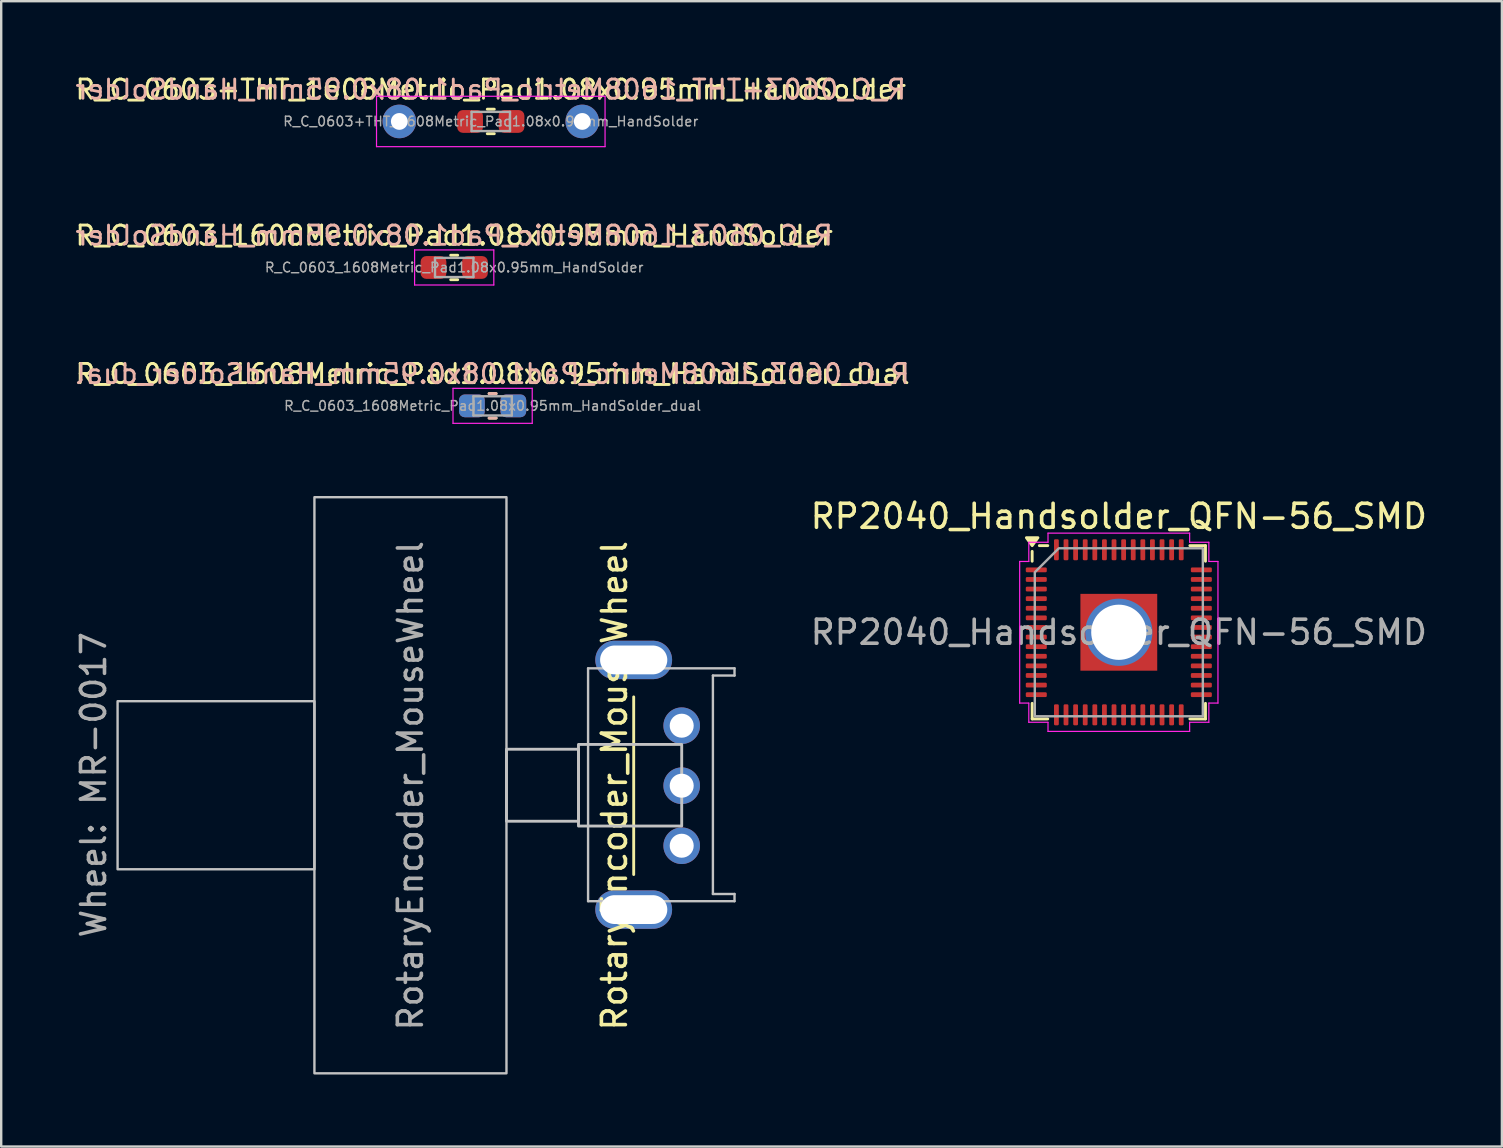
<source format=kicad_pcb>
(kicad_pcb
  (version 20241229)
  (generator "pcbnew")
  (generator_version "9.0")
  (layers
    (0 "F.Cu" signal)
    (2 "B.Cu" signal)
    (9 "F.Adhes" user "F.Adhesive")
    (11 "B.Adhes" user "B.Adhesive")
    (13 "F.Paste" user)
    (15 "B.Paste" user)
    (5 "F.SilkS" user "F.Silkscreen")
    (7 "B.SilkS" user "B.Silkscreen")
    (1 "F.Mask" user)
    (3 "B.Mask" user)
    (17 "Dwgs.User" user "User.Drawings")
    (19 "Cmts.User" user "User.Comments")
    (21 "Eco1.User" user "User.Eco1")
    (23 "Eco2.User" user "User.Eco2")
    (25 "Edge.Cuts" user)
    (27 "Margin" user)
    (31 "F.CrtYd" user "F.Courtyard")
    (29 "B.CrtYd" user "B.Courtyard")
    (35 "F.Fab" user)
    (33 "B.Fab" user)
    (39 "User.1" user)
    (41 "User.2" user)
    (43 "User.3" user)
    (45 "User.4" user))
  (footprint "RP2040_Handsolder_QFN-56_SMD"
    (layer "F.Cu")
    (at 43.557 23.289)
    (property "Reference" "RP2040_Handsolder_QFN-56_SMD" (at 0 -4.83 0) (layer "F.SilkS") (effects (font (size 1 1) (thickness 0.15))))
    (attr smd)
    (fp_line (start -3.61 -2.96) (end -3.61 -3.37) (stroke (width 0.12) (type solid)) (layer "F.SilkS"))
    (fp_line (start -3.61 3.61) (end -3.61 2.96) (stroke (width 0.12) (type solid)) (layer "F.SilkS"))
    (fp_line (start -2.96 -3.61) (end -3.31 -3.61) (stroke (width 0.12) (type solid)) (layer "F.SilkS"))
    (fp_line (start -2.96 3.61) (end -3.61 3.61) (stroke (width 0.12) (type solid)) (layer "F.SilkS"))
    (fp_line (start 2.96 -3.61) (end 3.61 -3.61) (stroke (width 0.12) (type solid)) (layer "F.SilkS"))
    (fp_line (start 2.96 3.61) (end 3.61 3.61) (stroke (width 0.12) (type solid)) (layer "F.SilkS"))
    (fp_line (start 3.61 -3.61) (end 3.61 -2.96) (stroke (width 0.12) (type solid)) (layer "F.SilkS"))
    (fp_line (start 3.61 3.61) (end 3.61 2.96) (stroke (width 0.12) (type solid)) (layer "F.SilkS"))
    (fp_poly (pts (xy -3.61 -3.61) (xy -3.85 -3.94) (xy -3.37 -3.94)) (stroke (width 0.12) (type solid)) (fill yes) (layer "F.SilkS"))
    (fp_line (start -4.13 -2.95) (end -3.75 -2.95) (stroke (width 0.05) (type solid)) (layer "F.CrtYd"))
    (fp_line (start -4.13 2.95) (end -4.13 -2.95) (stroke (width 0.05) (type solid)) (layer "F.CrtYd"))
    (fp_line (start -3.75 -3.75) (end -2.95 -3.75) (stroke (width 0.05) (type solid)) (layer "F.CrtYd"))
    (fp_line (start -3.75 -2.95) (end -3.75 -3.75) (stroke (width 0.05) (type solid)) (layer "F.CrtYd"))
    (fp_line (start -3.75 2.95) (end -4.13 2.95) (stroke (width 0.05) (type solid)) (layer "F.CrtYd"))
    (fp_line (start -3.75 3.75) (end -3.75 2.95) (stroke (width 0.05) (type solid)) (layer "F.CrtYd"))
    (fp_line (start -2.95 -4.13) (end 2.95 -4.13) (stroke (width 0.05) (type solid)) (layer "F.CrtYd"))
    (fp_line (start -2.95 -3.75) (end -2.95 -4.13) (stroke (width 0.05) (type solid)) (layer "F.CrtYd"))
    (fp_line (start -2.95 3.75) (end -3.75 3.75) (stroke (width 0.05) (type solid)) (layer "F.CrtYd"))
    (fp_line (start -2.95 4.13) (end -2.95 3.75) (stroke (width 0.05) (type solid)) (layer "F.CrtYd"))
    (fp_line (start 2.95 -4.13) (end 2.95 -3.75) (stroke (width 0.05) (type solid)) (layer "F.CrtYd"))
    (fp_line (start 2.95 -3.75) (end 3.75 -3.75) (stroke (width 0.05) (type solid)) (layer "F.CrtYd"))
    (fp_line (start 2.95 3.75) (end 2.95 4.13) (stroke (width 0.05) (type solid)) (layer "F.CrtYd"))
    (fp_line (start 2.95 4.13) (end -2.95 4.13) (stroke (width 0.05) (type solid)) (layer "F.CrtYd"))
    (fp_line (start 3.75 -3.75) (end 3.75 -2.95) (stroke (width 0.05) (type solid)) (layer "F.CrtYd"))
    (fp_line (start 3.75 -2.95) (end 4.13 -2.95) (stroke (width 0.05) (type solid)) (layer "F.CrtYd"))
    (fp_line (start 3.75 2.95) (end 3.75 3.75) (stroke (width 0.05) (type solid)) (layer "F.CrtYd"))
    (fp_line (start 3.75 3.75) (end 2.95 3.75) (stroke (width 0.05) (type solid)) (layer "F.CrtYd"))
    (fp_line (start 4.13 -2.95) (end 4.13 2.95) (stroke (width 0.05) (type solid)) (layer "F.CrtYd"))
    (fp_line (start 4.13 2.95) (end 3.75 2.95) (stroke (width 0.05) (type solid)) (layer "F.CrtYd"))
    (fp_poly (pts (xy -3.5 -2.5) (xy -3.5 3.5) (xy 3.5 3.5) (xy 3.5 -3.5) (xy -2.5 -3.5)) (stroke (width 0.1) (type solid)) (fill no) (layer "F.Fab"))
    (fp_text user "${REFERENCE}" (at 0 0 0) (layer "F.Fab") (effects (font (size 1 1) (thickness 0.15))))
    (pad "" smd roundrect (at -0.8 -0.8) (size 1.29 1.29) (layers "F.Paste") (roundrect_rratio 0.194))
    (pad "" smd roundrect (at -0.8 0.8) (size 1.29 1.29) (layers "F.Paste") (roundrect_rratio 0.194))
    (pad "" smd roundrect (at 0.8 -0.8) (size 1.29 1.29) (layers "F.Paste") (roundrect_rratio 0.194))
    (pad "" smd roundrect (at 0.8 0.8) (size 1.29 1.29) (layers "F.Paste") (roundrect_rratio 0.194))
    (pad "1" smd roundrect (at -3.438 -2.6) (size 0.875 0.2) (layers "F.Cu" "F.Mask" "F.Paste") (roundrect_rratio 0.25))
    (pad "2" smd roundrect (at -3.438 -2.2) (size 0.875 0.2) (layers "F.Cu" "F.Mask" "F.Paste") (roundrect_rratio 0.25))
    (pad "3" smd roundrect (at -3.438 -1.8) (size 0.875 0.2) (layers "F.Cu" "F.Mask" "F.Paste") (roundrect_rratio 0.25))
    (pad "4" smd roundrect (at -3.438 -1.4) (size 0.875 0.2) (layers "F.Cu" "F.Mask" "F.Paste") (roundrect_rratio 0.25))
    (pad "5" smd roundrect (at -3.438 -1) (size 0.875 0.2) (layers "F.Cu" "F.Mask" "F.Paste") (roundrect_rratio 0.25))
    (pad "6" smd roundrect (at -3.438 -0.6) (size 0.875 0.2) (layers "F.Cu" "F.Mask" "F.Paste") (roundrect_rratio 0.25))
    (pad "7" smd roundrect (at -3.438 -0.2) (size 0.875 0.2) (layers "F.Cu" "F.Mask" "F.Paste") (roundrect_rratio 0.25))
    (pad "8" smd roundrect (at -3.438 0.2) (size 0.875 0.2) (layers "F.Cu" "F.Mask" "F.Paste") (roundrect_rratio 0.25))
    (pad "9" smd roundrect (at -3.438 0.6) (size 0.875 0.2) (layers "F.Cu" "F.Mask" "F.Paste") (roundrect_rratio 0.25))
    (pad "10" smd roundrect (at -3.438 1) (size 0.875 0.2) (layers "F.Cu" "F.Mask" "F.Paste") (roundrect_rratio 0.25))
    (pad "11" smd roundrect (at -3.438 1.4) (size 0.875 0.2) (layers "F.Cu" "F.Mask" "F.Paste") (roundrect_rratio 0.25))
    (pad "12" smd roundrect (at -3.438 1.8) (size 0.875 0.2) (layers "F.Cu" "F.Mask" "F.Paste") (roundrect_rratio 0.25))
    (pad "13" smd roundrect (at -3.438 2.2) (size 0.875 0.2) (layers "F.Cu" "F.Mask" "F.Paste") (roundrect_rratio 0.25))
    (pad "14" smd roundrect (at -3.438 2.6) (size 0.875 0.2) (layers "F.Cu" "F.Mask" "F.Paste") (roundrect_rratio 0.25))
    (pad "15" smd roundrect (at -2.6 3.438) (size 0.2 0.875) (layers "F.Cu" "F.Mask" "F.Paste") (roundrect_rratio 0.25))
    (pad "16" smd roundrect (at -2.2 3.438) (size 0.2 0.875) (layers "F.Cu" "F.Mask" "F.Paste") (roundrect_rratio 0.25))
    (pad "17" smd roundrect (at -1.8 3.438) (size 0.2 0.875) (layers "F.Cu" "F.Mask" "F.Paste") (roundrect_rratio 0.25))
    (pad "18" smd roundrect (at -1.4 3.438) (size 0.2 0.875) (layers "F.Cu" "F.Mask" "F.Paste") (roundrect_rratio 0.25))
    (pad "19" smd roundrect (at -1 3.438) (size 0.2 0.875) (layers "F.Cu" "F.Mask" "F.Paste") (roundrect_rratio 0.25))
    (pad "20" smd roundrect (at -0.6 3.438) (size 0.2 0.875) (layers "F.Cu" "F.Mask" "F.Paste") (roundrect_rratio 0.25))
    (pad "21" smd roundrect (at -0.2 3.438) (size 0.2 0.875) (layers "F.Cu" "F.Mask" "F.Paste") (roundrect_rratio 0.25))
    (pad "22" smd roundrect (at 0.2 3.438) (size 0.2 0.875) (layers "F.Cu" "F.Mask" "F.Paste") (roundrect_rratio 0.25))
    (pad "23" smd roundrect (at 0.6 3.438) (size 0.2 0.875) (layers "F.Cu" "F.Mask" "F.Paste") (roundrect_rratio 0.25))
    (pad "24" smd roundrect (at 1 3.438) (size 0.2 0.875) (layers "F.Cu" "F.Mask" "F.Paste") (roundrect_rratio 0.25))
    (pad "25" smd roundrect (at 1.4 3.438) (size 0.2 0.875) (layers "F.Cu" "F.Mask" "F.Paste") (roundrect_rratio 0.25))
    (pad "26" smd roundrect (at 1.8 3.438) (size 0.2 0.875) (layers "F.Cu" "F.Mask" "F.Paste") (roundrect_rratio 0.25))
    (pad "27" smd roundrect (at 2.2 3.438) (size 0.2 0.875) (layers "F.Cu" "F.Mask" "F.Paste") (roundrect_rratio 0.25))
    (pad "28" smd roundrect (at 2.6 3.438) (size 0.2 0.875) (layers "F.Cu" "F.Mask" "F.Paste") (roundrect_rratio 0.25))
    (pad "29" smd roundrect (at 3.438 2.6) (size 0.875 0.2) (layers "F.Cu" "F.Mask" "F.Paste") (roundrect_rratio 0.25))
    (pad "30" smd roundrect (at 3.438 2.2) (size 0.875 0.2) (layers "F.Cu" "F.Mask" "F.Paste") (roundrect_rratio 0.25))
    (pad "31" smd roundrect (at 3.438 1.8) (size 0.875 0.2) (layers "F.Cu" "F.Mask" "F.Paste") (roundrect_rratio 0.25))
    (pad "32" smd roundrect (at 3.438 1.4) (size 0.875 0.2) (layers "F.Cu" "F.Mask" "F.Paste") (roundrect_rratio 0.25))
    (pad "33" smd roundrect (at 3.438 1) (size 0.875 0.2) (layers "F.Cu" "F.Mask" "F.Paste") (roundrect_rratio 0.25))
    (pad "34" smd roundrect (at 3.438 0.6) (size 0.875 0.2) (layers "F.Cu" "F.Mask" "F.Paste") (roundrect_rratio 0.25))
    (pad "35" smd roundrect (at 3.438 0.2) (size 0.875 0.2) (layers "F.Cu" "F.Mask" "F.Paste") (roundrect_rratio 0.25))
    (pad "36" smd roundrect (at 3.438 -0.2) (size 0.875 0.2) (layers "F.Cu" "F.Mask" "F.Paste") (roundrect_rratio 0.25))
    (pad "37" smd roundrect (at 3.438 -0.6) (size 0.875 0.2) (layers "F.Cu" "F.Mask" "F.Paste") (roundrect_rratio 0.25))
    (pad "38" smd roundrect (at 3.438 -1) (size 0.875 0.2) (layers "F.Cu" "F.Mask" "F.Paste") (roundrect_rratio 0.25))
    (pad "39" smd roundrect (at 3.438 -1.4) (size 0.875 0.2) (layers "F.Cu" "F.Mask" "F.Paste") (roundrect_rratio 0.25))
    (pad "40" smd roundrect (at 3.438 -1.8) (size 0.875 0.2) (layers "F.Cu" "F.Mask" "F.Paste") (roundrect_rratio 0.25))
    (pad "41" smd roundrect (at 3.438 -2.2) (size 0.875 0.2) (layers "F.Cu" "F.Mask" "F.Paste") (roundrect_rratio 0.25))
    (pad "42" smd roundrect (at 3.438 -2.6) (size 0.875 0.2) (layers "F.Cu" "F.Mask" "F.Paste") (roundrect_rratio 0.25))
    (pad "43" smd roundrect (at 2.6 -3.438) (size 0.2 0.875) (layers "F.Cu" "F.Mask" "F.Paste") (roundrect_rratio 0.25))
    (pad "44" smd roundrect (at 2.2 -3.438) (size 0.2 0.875) (layers "F.Cu" "F.Mask" "F.Paste") (roundrect_rratio 0.25))
    (pad "45" smd roundrect (at 1.8 -3.438) (size 0.2 0.875) (layers "F.Cu" "F.Mask" "F.Paste") (roundrect_rratio 0.25))
    (pad "46" smd roundrect (at 1.4 -3.438) (size 0.2 0.875) (layers "F.Cu" "F.Mask" "F.Paste") (roundrect_rratio 0.25))
    (pad "47" smd roundrect (at 1 -3.438) (size 0.2 0.875) (layers "F.Cu" "F.Mask" "F.Paste") (roundrect_rratio 0.25))
    (pad "48" smd roundrect (at 0.6 -3.438) (size 0.2 0.875) (layers "F.Cu" "F.Mask" "F.Paste") (roundrect_rratio 0.25))
    (pad "49" smd roundrect (at 0.2 -3.438) (size 0.2 0.875) (layers "F.Cu" "F.Mask" "F.Paste") (roundrect_rratio 0.25))
    (pad "50" smd roundrect (at -0.2 -3.438) (size 0.2 0.875) (layers "F.Cu" "F.Mask" "F.Paste") (roundrect_rratio 0.25))
    (pad "51" smd roundrect (at -0.6 -3.438) (size 0.2 0.875) (layers "F.Cu" "F.Mask" "F.Paste") (roundrect_rratio 0.25))
    (pad "52" smd roundrect (at -1 -3.438) (size 0.2 0.875) (layers "F.Cu" "F.Mask" "F.Paste") (roundrect_rratio 0.25))
    (pad "53" smd roundrect (at -1.4 -3.438) (size 0.2 0.875) (layers "F.Cu" "F.Mask" "F.Paste") (roundrect_rratio 0.25))
    (pad "54" smd roundrect (at -1.8 -3.438) (size 0.2 0.875) (layers "F.Cu" "F.Mask" "F.Paste") (roundrect_rratio 0.25))
    (pad "55" smd roundrect (at -2.2 -3.438) (size 0.2 0.875) (layers "F.Cu" "F.Mask" "F.Paste") (roundrect_rratio 0.25))
    (pad "56" smd roundrect (at -2.6 -3.438) (size 0.2 0.875) (layers "F.Cu" "F.Mask" "F.Paste") (roundrect_rratio 0.25))
    (pad "57" thru_hole circle (at 0 0) (size 2.8 2.8) (drill 2.3) (layers "*.Cu" "F.Mask"))
    (pad "57" smd rect (at 0 0) (size 3.2 3.2) (property pad_prop_heatsink) (layers "F.Cu" "F.Mask")))
  (footprint "R_C_0603_1608Metric_Pad1.08x0.95mm_HandSolder_dual"
    (layer "F.Cu")
    (at 17.471 13.856)
    (property "Reference" "R_C_0603_1608Metric_Pad1.08x0.95mm_HandSolder_dual" (at 0 -1.33 0) (layer "F.SilkS") (effects (font (size 0.8 0.8) (thickness 0.12))))
    (property "REF" "${REFERENCE}" (at 0 -1.33 0) (layer "B.SilkS") (effects (font (size 0.8 0.8) (thickness 0.12)) (justify mirror)))
    (attr smd)
    (fp_line (start -0.146 -0.51) (end 0.146 -0.51) (stroke (width 0.12) (type solid)) (layer "F.SilkS"))
    (fp_line (start -0.146 0.51) (end 0.146 0.51) (stroke (width 0.12) (type solid)) (layer "F.SilkS"))
    (fp_line (start -0.146 -0.51) (end 0.146 -0.51) (stroke (width 0.12) (type solid)) (layer "B.SilkS"))
    (fp_line (start -0.146 0.51) (end 0.146 0.51) (stroke (width 0.12) (type solid)) (layer "B.SilkS"))
    (fp_line (start -1.65 -0.73) (end 1.65 -0.73) (stroke (width 0.05) (type solid)) (layer "F.CrtYd"))
    (fp_line (start -1.65 0.73) (end -1.65 -0.73) (stroke (width 0.05) (type solid)) (layer "F.CrtYd"))
    (fp_line (start 1.65 -0.73) (end 1.65 0.73) (stroke (width 0.05) (type solid)) (layer "F.CrtYd"))
    (fp_line (start 1.65 0.73) (end -1.65 0.73) (stroke (width 0.05) (type solid)) (layer "F.CrtYd"))
    (fp_line (start -0.8 -0.4) (end 0.8 -0.4) (stroke (width 0.1) (type solid)) (layer "F.Fab"))
    (fp_line (start -0.8 0.4) (end -0.8 -0.4) (stroke (width 0.1) (type solid)) (layer "F.Fab"))
    (fp_line (start 0.8 -0.4) (end 0.8 0.4) (stroke (width 0.1) (type solid)) (layer "F.Fab"))
    (fp_line (start 0.8 0.4) (end -0.8 0.4) (stroke (width 0.1) (type solid)) (layer "F.Fab"))
    (fp_text user "${REFERENCE}" (at 0 0 0) (layer "F.Fab") (effects (font (size 0.4 0.4) (thickness 0.06))))
    (pad "1" smd roundrect (at -0.863 0) (size 1.075 0.95) (layers "F.Cu" "F.Mask" "F.Paste") (roundrect_rratio 0.25))
    (pad "1" smd roundrect (at -0.863 0 180) (size 1.075 0.95) (layers "B.Cu" "B.Mask" "B.Paste") (roundrect_rratio 0.25))
    (pad "2" smd roundrect (at 0.863 0) (size 1.075 0.95) (layers "F.Cu" "F.Mask" "F.Paste") (roundrect_rratio 0.25))
    (pad "2" smd roundrect (at 0.863 0 180) (size 1.075 0.95) (layers "B.Cu" "B.Mask" "B.Paste") (roundrect_rratio 0.25)))
  (footprint "RotaryEncoder_MouseWheel"
    (layer "F.Cu")
    (at 25.348 29.641)
    (property "Reference" "RotaryEncoder_MouseWheel" (at -2.8 0.04 270) (layer "F.SilkS") (effects (font (size 1 1) (thickness 0.15))))
    (attr through_hole)
    (fp_line (start -2 3.74) (end -2 -3.66) (stroke (width 0.12) (type solid)) (layer "F.SilkS"))
    (fp_line (start -3.9 -4.85) (end 2.2 -4.85) (stroke (width 0.1) (type solid)) (layer "Dwgs.User"))
    (fp_line (start -3.9 4.85) (end -3.9 -4.85) (stroke (width 0.1) (type solid)) (layer "Dwgs.User"))
    (fp_line (start 1.3 4.55) (end 1.3 -4.55) (stroke (width 0.1) (type solid)) (layer "Dwgs.User"))
    (fp_line (start 2.2 -4.85) (end 2.2 -4.55) (stroke (width 0.1) (type default)) (layer "Dwgs.User"))
    (fp_line (start 2.2 -4.55) (end 1.3 -4.55) (stroke (width 0.1) (type default)) (layer "Dwgs.User"))
    (fp_line (start 2.2 4.55) (end 1.3 4.55) (stroke (width 0.1) (type default)) (layer "Dwgs.User"))
    (fp_line (start 2.2 4.85) (end -3.9 4.85) (stroke (width 0.1) (type solid)) (layer "Dwgs.User"))
    (fp_line (start 2.2 4.85) (end 2.2 4.55) (stroke (width 0.1) (type default)) (layer "Dwgs.User"))
    (fp_rect (start -15.3 -3.48) (end -23.5 3.52) (stroke (width 0.1) (type solid)) (fill no) (layer "Dwgs.User"))
    (fp_rect (start -7.3 -11.98) (end -15.3 12.02) (stroke (width 0.1) (type solid)) (fill no) (layer "Dwgs.User"))
    (fp_rect (start -4.3 -1.48) (end -7.3 1.52) (stroke (width 0.12) (type default)) (fill no) (layer "Dwgs.User"))
    (fp_rect (start 0 -1.68) (end -4.3 1.72) (stroke (width 0.12) (type default)) (fill no) (layer "Dwgs.User"))
    (fp_text user "Wheel: MR-0017" (at -24.5 0 270) (layer "F.Fab") (effects (font (size 1 1) (thickness 0.15))))
    (fp_text user "${REFERENCE}" (at -11.3 0.04 90) (layer "F.Fab") (effects (font (size 1 1) (thickness 0.15))))
    (pad "" np_thru_hole oval (at -2 -5.2 180) (size 3.2 1.6) (drill oval 2.8 1.2) (layers "*.Cu" "*.Mask"))
    (pad "" np_thru_hole oval (at -2 5.2 180) (size 3.2 1.6) (drill oval 2.8 1.2) (layers "*.Cu" "*.Mask"))
    (pad "A" thru_hole circle (at 0 -2.46 90) (size 1.524 1.524) (drill 1) (layers "*.Cu" "*.Mask"))
    (pad "B" thru_hole circle (at 0 2.54 90) (size 1.524 1.524) (drill 1) (layers "*.Cu" "*.Mask"))
    (pad "C" thru_hole circle (at 0 0.04 90) (size 1.524 1.524) (drill 1) (layers "*.Cu" "*.Mask")))
  (footprint "R_C_0603_1608Metric_Pad1.08x0.95mm_HandSolder"
    (layer "F.Cu")
    (at 15.871 8.092)
    (property "Reference" "R_C_0603_1608Metric_Pad1.08x0.95mm_HandSolder" (at 0 -1.33 0) (layer "F.SilkS") (effects (font (size 0.8 0.8) (thickness 0.12))))
    (property "REF" "${REFERENCE}" (at 0 -1.33 0) (layer "B.SilkS") (effects (font (size 0.8 0.8) (thickness 0.12)) (justify mirror)))
    (attr smd)
    (fp_line (start -0.146 -0.51) (end 0.146 -0.51) (stroke (width 0.12) (type solid)) (layer "F.SilkS"))
    (fp_line (start -0.146 0.51) (end 0.146 0.51) (stroke (width 0.12) (type solid)) (layer "F.SilkS"))
    (fp_line (start -1.65 -0.73) (end 1.65 -0.73) (stroke (width 0.05) (type solid)) (layer "F.CrtYd"))
    (fp_line (start -1.65 0.73) (end -1.65 -0.73) (stroke (width 0.05) (type solid)) (layer "F.CrtYd"))
    (fp_line (start 1.65 -0.73) (end 1.65 0.73) (stroke (width 0.05) (type solid)) (layer "F.CrtYd"))
    (fp_line (start 1.65 0.73) (end -1.65 0.73) (stroke (width 0.05) (type solid)) (layer "F.CrtYd"))
    (fp_line (start -0.8 -0.4) (end 0.8 -0.4) (stroke (width 0.1) (type solid)) (layer "F.Fab"))
    (fp_line (start -0.8 0.4) (end -0.8 -0.4) (stroke (width 0.1) (type solid)) (layer "F.Fab"))
    (fp_line (start 0.8 -0.4) (end 0.8 0.4) (stroke (width 0.1) (type solid)) (layer "F.Fab"))
    (fp_line (start 0.8 0.4) (end -0.8 0.4) (stroke (width 0.1) (type solid)) (layer "F.Fab"))
    (fp_text user "${REFERENCE}" (at 0 0 0) (layer "F.Fab") (effects (font (size 0.4 0.4) (thickness 0.06))))
    (pad "1" smd roundrect (at -0.863 0) (size 1.075 0.95) (layers "F.Cu" "F.Mask" "F.Paste") (roundrect_rratio 0.25))
    (pad "2" smd roundrect (at 0.863 0) (size 1.075 0.95) (layers "F.Cu" "F.Mask" "F.Paste") (roundrect_rratio 0.25)))
  (footprint "R_C_0603+THT_1608Metric_Pad1.08x0.95mm_HandSolder"
    (layer "F.Cu")
    (at 17.395 2.009)
    (property "Reference" "R_C_0603+THT_1608Metric_Pad1.08x0.95mm_HandSolder" (at 0 -1.33 0) (layer "F.SilkS") (effects (font (size 0.8 0.8) (thickness 0.12))))
    (property "REF" "${REFERENCE}" (at 0 -1.33 0) (layer "B.SilkS") (effects (font (size 0.8 0.8) (thickness 0.12)) (justify mirror)))
    (attr smd)
    (fp_line (start -0.146 -0.51) (end 0.146 -0.51) (stroke (width 0.12) (type solid)) (layer "F.SilkS"))
    (fp_line (start -0.146 0.51) (end 0.146 0.51) (stroke (width 0.12) (type solid)) (layer "F.SilkS"))
    (fp_line (start -4.76 -1.05) (end -4.76 1.05) (stroke (width 0.05) (type solid)) (layer "F.CrtYd"))
    (fp_line (start -4.76 1.05) (end 4.76 1.05) (stroke (width 0.05) (type solid)) (layer "F.CrtYd"))
    (fp_line (start 4.76 -1.05) (end -4.76 -1.05) (stroke (width 0.05) (type solid)) (layer "F.CrtYd"))
    (fp_line (start 4.76 1.05) (end 4.76 -1.05) (stroke (width 0.05) (type solid)) (layer "F.CrtYd"))
    (fp_line (start -0.8 -0.4) (end 0.8 -0.4) (stroke (width 0.1) (type solid)) (layer "F.Fab"))
    (fp_line (start -0.8 0.4) (end -0.8 -0.4) (stroke (width 0.1) (type solid)) (layer "F.Fab"))
    (fp_line (start 0.8 -0.4) (end 0.8 0.4) (stroke (width 0.1) (type solid)) (layer "F.Fab"))
    (fp_line (start 0.8 0.4) (end -0.8 0.4) (stroke (width 0.1) (type solid)) (layer "F.Fab"))
    (fp_text user "${REFERENCE}" (at 0 0 0) (layer "F.Fab") (effects (font (size 0.4 0.4) (thickness 0.06))))
    (pad "1" thru_hole circle (at -3.81 0) (size 1.4 1.4) (drill 0.7) (layers "*.Cu" "*.Mask"))
    (pad "1" smd roundrect (at -0.863 0) (size 1.075 0.95) (layers "F.Cu" "F.Mask" "F.Paste") (roundrect_rratio 0.25))
    (pad "2" smd roundrect (at 0.863 0) (size 1.075 0.95) (layers "F.Cu" "F.Mask" "F.Paste") (roundrect_rratio 0.25))
    (pad "2" thru_hole oval (at 3.81 0) (size 1.4 1.4) (drill 0.7) (layers "*.Cu" "*.Mask")))
  (gr_rect
    (start -3 -3)
    (end 59.515 44.711)
    (stroke (width 0.1) (type default))
    (fill no)
    (layer "Edge.Cuts")))
</source>
